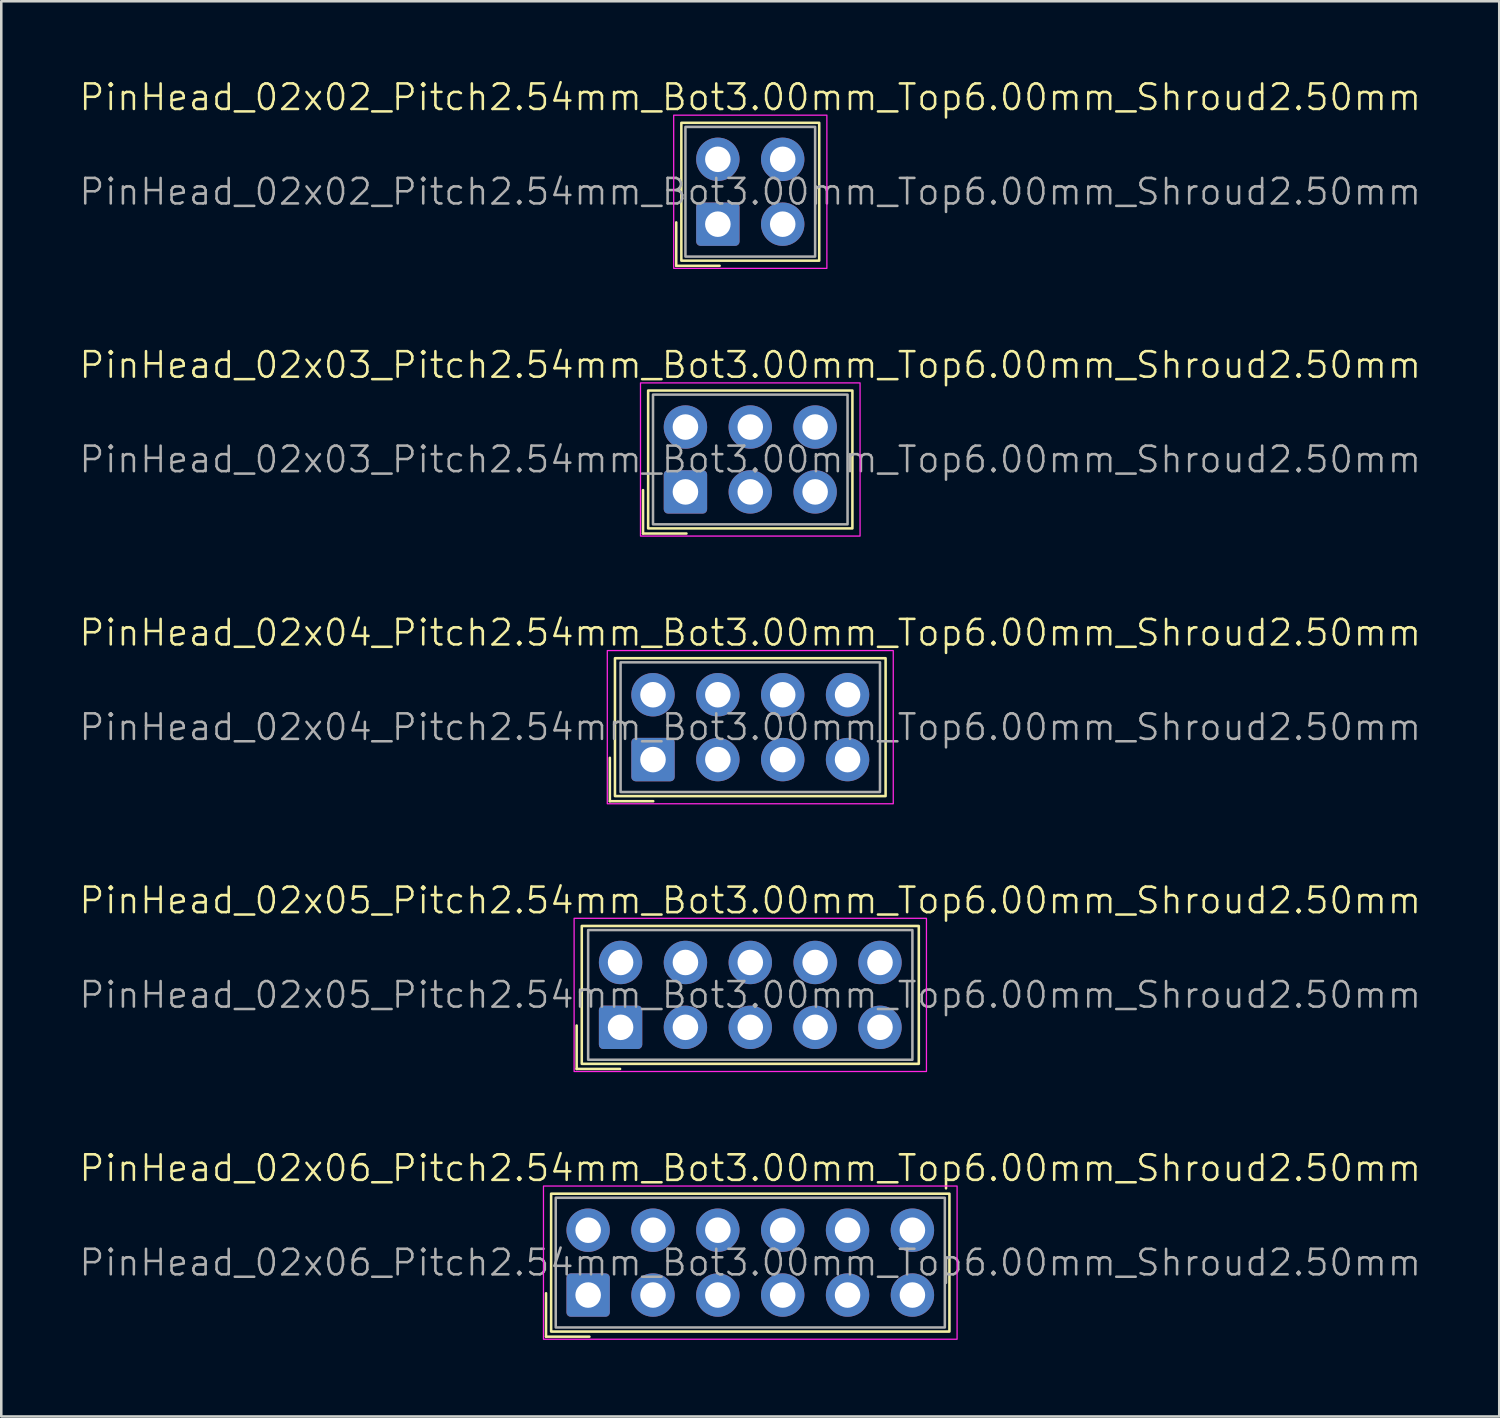
<source format=kicad_pcb>
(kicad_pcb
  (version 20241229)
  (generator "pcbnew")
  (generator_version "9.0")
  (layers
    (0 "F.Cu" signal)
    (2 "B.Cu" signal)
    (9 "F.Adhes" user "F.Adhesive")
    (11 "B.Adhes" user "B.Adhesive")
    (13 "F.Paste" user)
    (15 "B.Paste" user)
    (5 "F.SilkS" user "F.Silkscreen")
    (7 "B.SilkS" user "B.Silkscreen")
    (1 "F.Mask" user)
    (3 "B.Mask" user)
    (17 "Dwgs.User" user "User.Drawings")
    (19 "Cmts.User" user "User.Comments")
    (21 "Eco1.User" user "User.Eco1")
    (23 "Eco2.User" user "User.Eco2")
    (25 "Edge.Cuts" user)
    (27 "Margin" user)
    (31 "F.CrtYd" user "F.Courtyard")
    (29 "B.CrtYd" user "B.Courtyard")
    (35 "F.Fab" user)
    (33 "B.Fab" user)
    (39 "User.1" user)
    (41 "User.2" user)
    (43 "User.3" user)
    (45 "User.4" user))
  (footprint "PinHead_02x02_Pitch2.54mm_Bot3.00mm_Top6.00mm_Shroud2.50mm"
    (layer "F.Cu")
    (at 26.336 4.46)
    (property "Reference" "PinHead_02x02_Pitch2.54mm_Bot3.00mm_Top6.00mm_Shroud2.50mm" (at 0 -3.7 0) (unlocked yes) (layer "F.SilkS") (effects (font (size 1 1) (thickness 0.1))))
    (attr through_hole)
    (fp_line (start -2.9 1.2) (end -2.9 2.9) (stroke (width 0.1) (type default)) (layer "F.SilkS"))
    (fp_line (start -2.9 2.9) (end -1.2 2.9) (stroke (width 0.1) (type default)) (layer "F.SilkS"))
    (fp_rect (start -2.7 -2.7) (end 2.7 2.7) (stroke (width 0.1) (type default)) (fill no) (layer "F.SilkS"))
    (fp_rect (start -3 -3) (end 3 3) (stroke (width 0.05) (type default)) (fill no) (layer "F.CrtYd"))
    (fp_rect (start -2.54 -2.54) (end 2.54 2.54) (stroke (width 0.1) (type default)) (fill no) (layer "F.Fab"))
    (fp_text user "${REFERENCE}" (at 0 0 0) (unlocked yes) (layer "F.Fab") (effects (font (size 1 1) (thickness 0.1))))
    (pad "1" thru_hole roundrect (at -1.27 1.27) (size 1.7 1.7) (drill 1) (layers "*.Cu" "*.Mask") (roundrect_rratio 0.1))
    (pad "2" thru_hole circle (at -1.27 -1.27) (size 1.7 1.7) (drill 1) (layers "*.Cu" "*.Mask"))
    (pad "3" thru_hole circle (at 1.27 1.27) (size 1.7 1.7) (drill 1) (layers "*.Cu" "*.Mask"))
    (pad "4" thru_hole circle (at 1.27 -1.27) (size 1.7 1.7) (drill 1) (layers "*.Cu" "*.Mask")))
  (footprint "PinHead_02x05_Pitch2.54mm_Bot3.00mm_Top6.00mm_Shroud2.50mm"
    (layer "F.Cu")
    (at 26.336 35.917)
    (property "Reference" "PinHead_02x05_Pitch2.54mm_Bot3.00mm_Top6.00mm_Shroud2.50mm" (at 0 -3.7 0) (unlocked yes) (layer "F.SilkS") (effects (font (size 1 1) (thickness 0.1))))
    (attr through_hole)
    (fp_line (start -6.8 1.2) (end -6.8 2.9) (stroke (width 0.1) (type default)) (layer "F.SilkS"))
    (fp_line (start -6.8 2.9) (end -5.1 2.9) (stroke (width 0.1) (type default)) (layer "F.SilkS"))
    (fp_rect (start -6.6 -2.7) (end 6.6 2.7) (stroke (width 0.1) (type default)) (fill no) (layer "F.SilkS"))
    (fp_rect (start -6.9 -3) (end 6.9 3) (stroke (width 0.05) (type default)) (fill no) (layer "F.CrtYd"))
    (fp_rect (start -6.35 -2.54) (end 6.35 2.54) (stroke (width 0.1) (type default)) (fill no) (layer "F.Fab"))
    (fp_text user "${REFERENCE}" (at 0 0 0) (unlocked yes) (layer "F.Fab") (effects (font (size 1 1) (thickness 0.1))))
    (pad "1" thru_hole roundrect (at -5.08 1.27) (size 1.7 1.7) (drill 1) (layers "*.Cu" "*.Mask") (roundrect_rratio 0.1))
    (pad "2" thru_hole circle (at -5.08 -1.27) (size 1.7 1.7) (drill 1) (layers "*.Cu" "*.Mask"))
    (pad "3" thru_hole circle (at -2.54 1.27) (size 1.7 1.7) (drill 1) (layers "*.Cu" "*.Mask"))
    (pad "4" thru_hole circle (at -2.54 -1.27) (size 1.7 1.7) (drill 1) (layers "*.Cu" "*.Mask"))
    (pad "5" thru_hole circle (at 0 1.27) (size 1.7 1.7) (drill 1) (layers "*.Cu" "*.Mask"))
    (pad "6" thru_hole circle (at 0 -1.27) (size 1.7 1.7) (drill 1) (layers "*.Cu" "*.Mask"))
    (pad "7" thru_hole circle (at 2.54 1.27) (size 1.7 1.7) (drill 1) (layers "*.Cu" "*.Mask"))
    (pad "8" thru_hole circle (at 2.54 -1.27) (size 1.7 1.7) (drill 1) (layers "*.Cu" "*.Mask"))
    (pad "9" thru_hole circle (at 5.08 1.27) (size 1.7 1.7) (drill 1) (layers "*.Cu" "*.Mask"))
    (pad "10" thru_hole circle (at 5.08 -1.27) (size 1.7 1.7) (drill 1) (layers "*.Cu" "*.Mask")))
  (footprint "PinHead_02x06_Pitch2.54mm_Bot3.00mm_Top6.00mm_Shroud2.50mm"
    (layer "F.Cu")
    (at 26.336 46.403)
    (property "Reference" "PinHead_02x06_Pitch2.54mm_Bot3.00mm_Top6.00mm_Shroud2.50mm" (at 0 -3.7 0) (unlocked yes) (layer "F.SilkS") (effects (font (size 1 1) (thickness 0.1))))
    (attr through_hole)
    (fp_line (start -8 1.2) (end -8 2.9) (stroke (width 0.1) (type default)) (layer "F.SilkS"))
    (fp_line (start -8 2.9) (end -6.3 2.9) (stroke (width 0.1) (type default)) (layer "F.SilkS"))
    (fp_rect (start -7.8 -2.7) (end 7.8 2.7) (stroke (width 0.1) (type default)) (fill no) (layer "F.SilkS"))
    (fp_rect (start -8.1 -3) (end 8.1 3) (stroke (width 0.05) (type default)) (fill no) (layer "F.CrtYd"))
    (fp_rect (start -7.62 -2.54) (end 7.62 2.54) (stroke (width 0.1) (type default)) (fill no) (layer "F.Fab"))
    (fp_text user "${REFERENCE}" (at 0 0 0) (unlocked yes) (layer "F.Fab") (effects (font (size 1 1) (thickness 0.1))))
    (pad "1" thru_hole roundrect (at -6.35 1.27) (size 1.7 1.7) (drill 1) (layers "*.Cu" "*.Mask") (roundrect_rratio 0.1))
    (pad "2" thru_hole circle (at -6.35 -1.27) (size 1.7 1.7) (drill 1) (layers "*.Cu" "*.Mask"))
    (pad "3" thru_hole circle (at -3.81 1.27) (size 1.7 1.7) (drill 1) (layers "*.Cu" "*.Mask"))
    (pad "4" thru_hole circle (at -3.81 -1.27) (size 1.7 1.7) (drill 1) (layers "*.Cu" "*.Mask"))
    (pad "5" thru_hole circle (at -1.27 1.27) (size 1.7 1.7) (drill 1) (layers "*.Cu" "*.Mask"))
    (pad "6" thru_hole circle (at -1.27 -1.27) (size 1.7 1.7) (drill 1) (layers "*.Cu" "*.Mask"))
    (pad "7" thru_hole circle (at 1.27 1.27) (size 1.7 1.7) (drill 1) (layers "*.Cu" "*.Mask"))
    (pad "8" thru_hole circle (at 1.27 -1.27) (size 1.7 1.7) (drill 1) (layers "*.Cu" "*.Mask"))
    (pad "9" thru_hole circle (at 3.81 1.27) (size 1.7 1.7) (drill 1) (layers "*.Cu" "*.Mask"))
    (pad "10" thru_hole circle (at 3.81 -1.27) (size 1.7 1.7) (drill 1) (layers "*.Cu" "*.Mask"))
    (pad "11" thru_hole circle (at 6.35 1.27) (size 1.7 1.7) (drill 1) (layers "*.Cu" "*.Mask"))
    (pad "12" thru_hole circle (at 6.35 -1.27) (size 1.7 1.7) (drill 1) (layers "*.Cu" "*.Mask")))
  (footprint "PinHead_02x03_Pitch2.54mm_Bot3.00mm_Top6.00mm_Shroud2.50mm"
    (layer "F.Cu")
    (at 26.336 14.946)
    (property "Reference" "PinHead_02x03_Pitch2.54mm_Bot3.00mm_Top6.00mm_Shroud2.50mm" (at 0 -3.7 0) (unlocked yes) (layer "F.SilkS") (effects (font (size 1 1) (thickness 0.1))))
    (attr through_hole)
    (fp_line (start -4.2 1.2) (end -4.2 2.9) (stroke (width 0.1) (type default)) (layer "F.SilkS"))
    (fp_line (start -4.2 2.9) (end -2.5 2.9) (stroke (width 0.1) (type default)) (layer "F.SilkS"))
    (fp_rect (start -4 -2.7) (end 4 2.7) (stroke (width 0.1) (type default)) (fill no) (layer "F.SilkS"))
    (fp_rect (start -4.3 -3) (end 4.3 3) (stroke (width 0.05) (type default)) (fill no) (layer "F.CrtYd"))
    (fp_rect (start -3.81 -2.54) (end 3.81 2.54) (stroke (width 0.1) (type default)) (fill no) (layer "F.Fab"))
    (fp_text user "${REFERENCE}" (at 0 0 0) (unlocked yes) (layer "F.Fab") (effects (font (size 1 1) (thickness 0.1))))
    (pad "1" thru_hole roundrect (at -2.54 1.27) (size 1.7 1.7) (drill 1) (layers "*.Cu" "*.Mask") (roundrect_rratio 0.1))
    (pad "2" thru_hole circle (at -2.54 -1.27) (size 1.7 1.7) (drill 1) (layers "*.Cu" "*.Mask"))
    (pad "3" thru_hole circle (at 0 1.27) (size 1.7 1.7) (drill 1) (layers "*.Cu" "*.Mask"))
    (pad "4" thru_hole circle (at 0 -1.27) (size 1.7 1.7) (drill 1) (layers "*.Cu" "*.Mask"))
    (pad "5" thru_hole circle (at 2.54 1.27) (size 1.7 1.7) (drill 1) (layers "*.Cu" "*.Mask"))
    (pad "6" thru_hole circle (at 2.54 -1.27) (size 1.7 1.7) (drill 1) (layers "*.Cu" "*.Mask")))
  (footprint "PinHead_02x04_Pitch2.54mm_Bot3.00mm_Top6.00mm_Shroud2.50mm"
    (layer "F.Cu")
    (at 26.336 25.431)
    (property "Reference" "PinHead_02x04_Pitch2.54mm_Bot3.00mm_Top6.00mm_Shroud2.50mm" (at 0 -3.7 0) (unlocked yes) (layer "F.SilkS") (effects (font (size 1 1) (thickness 0.1))))
    (attr through_hole)
    (fp_line (start -5.5 1.2) (end -5.5 2.9) (stroke (width 0.1) (type default)) (layer "F.SilkS"))
    (fp_line (start -5.5 2.9) (end -3.8 2.9) (stroke (width 0.1) (type default)) (layer "F.SilkS"))
    (fp_rect (start -5.3 -2.7) (end 5.3 2.7) (stroke (width 0.1) (type default)) (fill no) (layer "F.SilkS"))
    (fp_rect (start -5.6 -3) (end 5.6 3) (stroke (width 0.05) (type default)) (fill no) (layer "F.CrtYd"))
    (fp_rect (start -5.08 -2.54) (end 5.08 2.54) (stroke (width 0.1) (type default)) (fill no) (layer "F.Fab"))
    (fp_text user "${REFERENCE}" (at 0 0 0) (unlocked yes) (layer "F.Fab") (effects (font (size 1 1) (thickness 0.1))))
    (pad "1" thru_hole roundrect (at -3.81 1.27) (size 1.7 1.7) (drill 1) (layers "*.Cu" "*.Mask") (roundrect_rratio 0.1))
    (pad "2" thru_hole circle (at -3.81 -1.27) (size 1.7 1.7) (drill 1) (layers "*.Cu" "*.Mask"))
    (pad "3" thru_hole circle (at -1.27 1.27) (size 1.7 1.7) (drill 1) (layers "*.Cu" "*.Mask"))
    (pad "4" thru_hole circle (at -1.27 -1.27) (size 1.7 1.7) (drill 1) (layers "*.Cu" "*.Mask"))
    (pad "5" thru_hole circle (at 1.27 1.27) (size 1.7 1.7) (drill 1) (layers "*.Cu" "*.Mask"))
    (pad "6" thru_hole circle (at 1.27 -1.27) (size 1.7 1.7) (drill 1) (layers "*.Cu" "*.Mask"))
    (pad "7" thru_hole circle (at 3.81 1.27) (size 1.7 1.7) (drill 1) (layers "*.Cu" "*.Mask"))
    (pad "8" thru_hole circle (at 3.81 -1.27) (size 1.7 1.7) (drill 1) (layers "*.Cu" "*.Mask")))
  (gr_rect
    (start -3 -3)
    (end 55.671 52.428)
    (stroke (width 0.1) (type default))
    (fill no)
    (layer "Edge.Cuts")))
</source>
